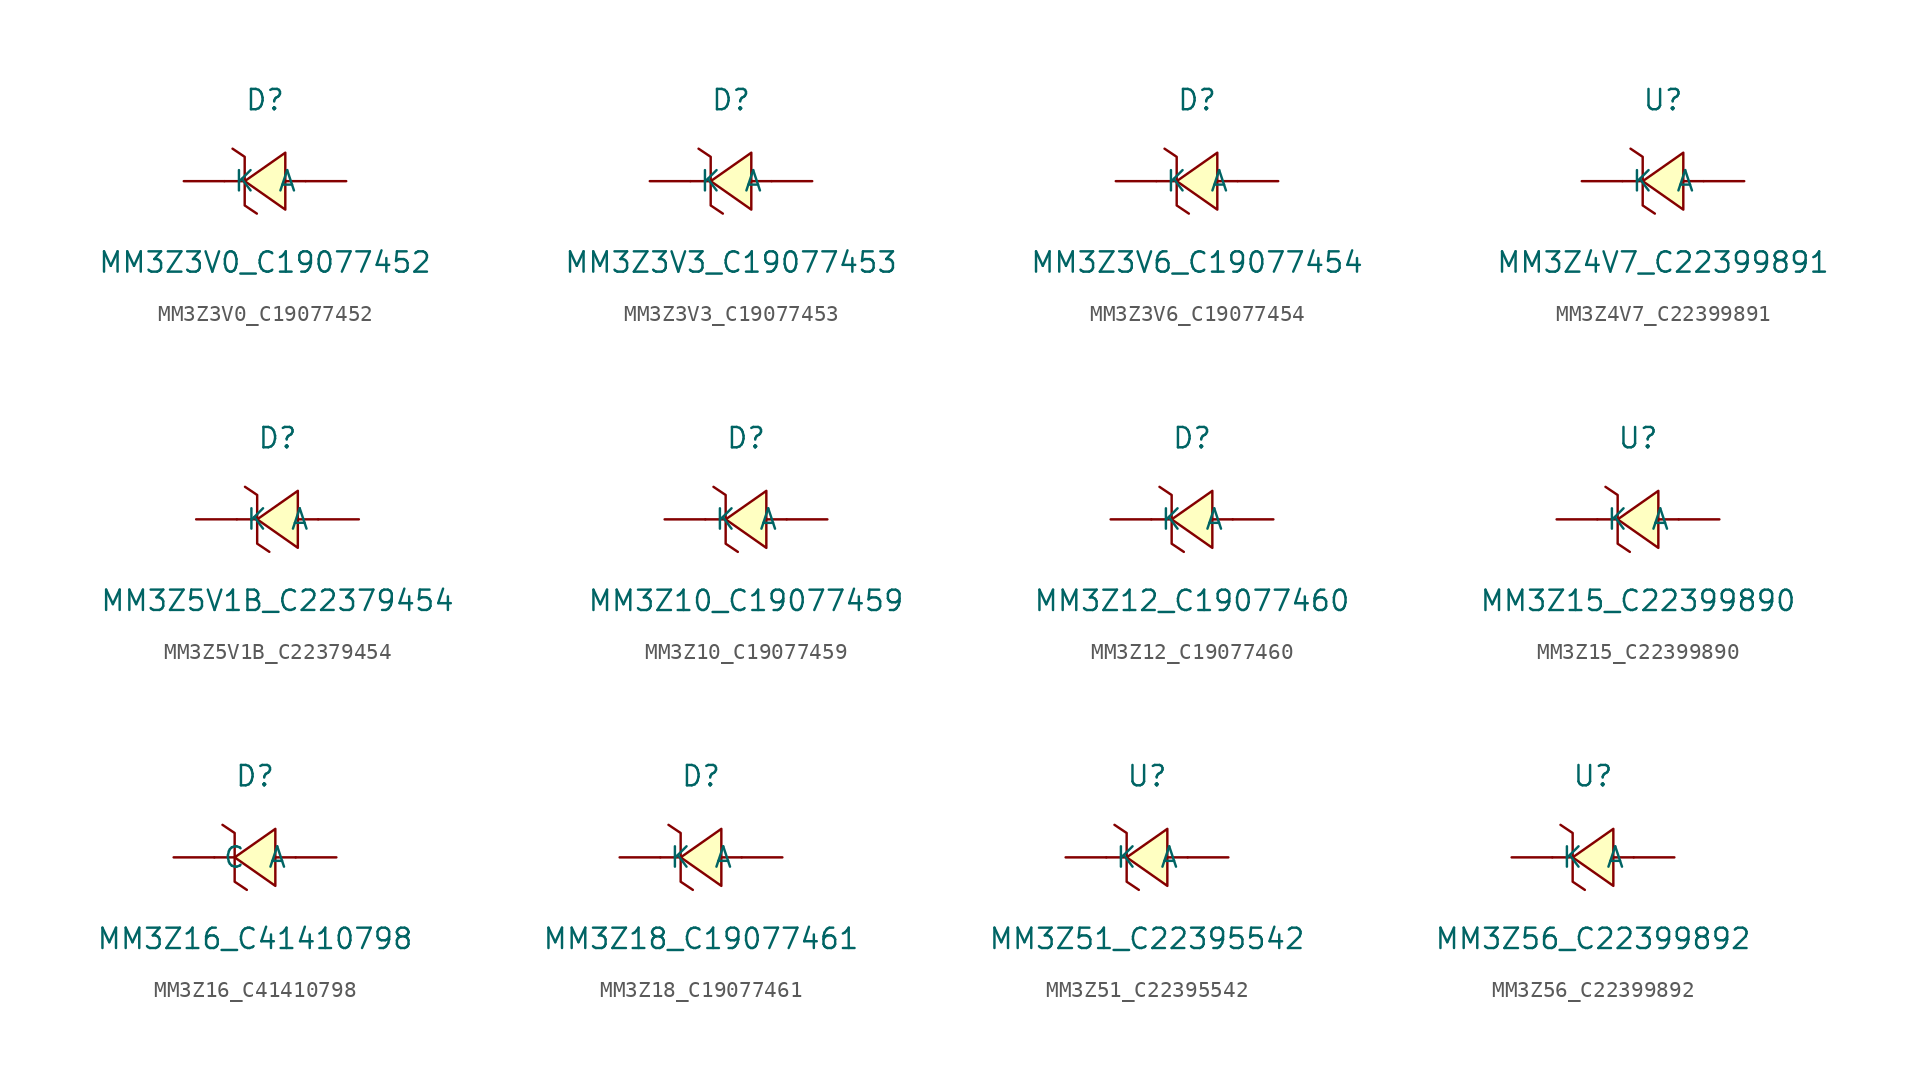
<source format=kicad_sym>
(kicad_symbol_lib
  (version 20241209)
  (generator "kicad_symbol_editor")
  (generator_version "9.0")
  (symbol "MM3Z3V0_C19077452"
    (pin_numbers
      (hide yes))
    (property "Reference" "D"
      (at 0 5.08 0)
      (effects (font (size 1.27 1.27))))
    (property "Value" "MM3Z3V0_C19077452"
      (at 0 -5.08 0)
      (effects (font (size 1.27 1.27))))
    (symbol "MM3Z3V0_C19077452_0_1"
      (polyline (pts (xy -2.03 2.03) (xy -1.27 1.52) (xy -1.27 -1.52) (xy -0.51 -2.03)) (stroke (width 0) (type default)) (fill (type none)))
      (polyline (pts (xy -1.27 0) (xy -2.54 0)) (stroke (width 0) (type default)) (fill (type none)))
      (polyline (pts (xy 1.27 1.78) (xy -1.27 0) (xy 1.27 -1.78) (xy 1.27 1.78)) (stroke (width 0) (type default)) (fill (type background)))
      (polyline (pts (xy 2.54 0) (xy 1.27 0)) (stroke (width 0) (type default)) (fill (type none)))
      (pin unspecified line (at -5.08 0 0) (length 2.54) (name "K" (effects (font (size 1.27 1.27)))) (number "1" (effects (font (size 1.27 1.27)))))
      (pin unspecified line (at 5.08 0 180) (length 2.54) (name "A" (effects (font (size 1.27 1.27)))) (number "2" (effects (font (size 1.27 1.27)))))))
  (symbol "MM3Z3V3_C19077453"
    (pin_numbers
      (hide yes))
    (property "Reference" "D"
      (at 0 5.08 0)
      (effects (font (size 1.27 1.27))))
    (property "Value" "MM3Z3V3_C19077453"
      (at 0 -5.08 0)
      (effects (font (size 1.27 1.27))))
    (symbol "MM3Z3V3_C19077453_0_1"
      (polyline (pts (xy -2.03 2.03) (xy -1.27 1.52) (xy -1.27 -1.52) (xy -0.51 -2.03)) (stroke (width 0) (type default)) (fill (type none)))
      (polyline (pts (xy -1.27 0) (xy -2.54 0)) (stroke (width 0) (type default)) (fill (type none)))
      (polyline (pts (xy 1.27 1.78) (xy -1.27 0) (xy 1.27 -1.78) (xy 1.27 1.78)) (stroke (width 0) (type default)) (fill (type background)))
      (polyline (pts (xy 2.54 0) (xy 1.27 0)) (stroke (width 0) (type default)) (fill (type none)))
      (pin unspecified line (at -5.08 0 0) (length 2.54) (name "K" (effects (font (size 1.27 1.27)))) (number "1" (effects (font (size 1.27 1.27)))))
      (pin unspecified line (at 5.08 0 180) (length 2.54) (name "A" (effects (font (size 1.27 1.27)))) (number "2" (effects (font (size 1.27 1.27)))))))
  (symbol "MM3Z3V6_C19077454"
    (pin_numbers
      (hide yes))
    (property "Reference" "D"
      (at 0 5.08 0)
      (effects (font (size 1.27 1.27))))
    (property "Value" "MM3Z3V6_C19077454"
      (at 0 -5.08 0)
      (effects (font (size 1.27 1.27))))
    (symbol "MM3Z3V6_C19077454_0_1"
      (polyline (pts (xy -2.03 2.03) (xy -1.27 1.52) (xy -1.27 -1.52) (xy -0.51 -2.03)) (stroke (width 0) (type default)) (fill (type none)))
      (polyline (pts (xy -1.27 0) (xy -2.54 0)) (stroke (width 0) (type default)) (fill (type none)))
      (polyline (pts (xy 1.27 1.78) (xy -1.27 0) (xy 1.27 -1.78) (xy 1.27 1.78)) (stroke (width 0) (type default)) (fill (type background)))
      (polyline (pts (xy 2.54 0) (xy 1.27 0)) (stroke (width 0) (type default)) (fill (type none)))
      (pin unspecified line (at -5.08 0 0) (length 2.54) (name "K" (effects (font (size 1.27 1.27)))) (number "1" (effects (font (size 1.27 1.27)))))
      (pin unspecified line (at 5.08 0 180) (length 2.54) (name "A" (effects (font (size 1.27 1.27)))) (number "2" (effects (font (size 1.27 1.27)))))))
  (symbol "MM3Z4V7_C22399891"
    (pin_numbers
      (hide yes))
    (property "Reference" "U"
      (at 0 5.08 0)
      (effects (font (size 1.27 1.27))))
    (property "Value" "MM3Z4V7_C22399891"
      (at 0 -5.08 0)
      (effects (font (size 1.27 1.27))))
    (symbol "MM3Z4V7_C22399891_0_1"
      (polyline (pts (xy -2.03 2.03) (xy -1.27 1.52) (xy -1.27 -1.52) (xy -0.51 -2.03)) (stroke (width 0) (type default)) (fill (type none)))
      (polyline (pts (xy -1.27 0) (xy -2.54 0)) (stroke (width 0) (type default)) (fill (type none)))
      (polyline (pts (xy 1.27 1.78) (xy -1.27 0) (xy 1.27 -1.78) (xy 1.27 1.78)) (stroke (width 0) (type default)) (fill (type background)))
      (polyline (pts (xy 2.54 0) (xy 1.27 0)) (stroke (width 0) (type default)) (fill (type none)))
      (pin unspecified line (at -5.08 0 0) (length 2.54) (name "K" (effects (font (size 1.27 1.27)))) (number "1" (effects (font (size 1.27 1.27)))))
      (pin unspecified line (at 5.08 0 180) (length 2.54) (name "A" (effects (font (size 1.27 1.27)))) (number "2" (effects (font (size 1.27 1.27)))))))
  (symbol "MM3Z5V1B_C22379454"
    (pin_numbers
      (hide yes))
    (property "Reference" "D"
      (at 0 5.08 0)
      (effects (font (size 1.27 1.27))))
    (property "Value" "MM3Z5V1B_C22379454"
      (at 0 -5.08 0)
      (effects (font (size 1.27 1.27))))
    (symbol "MM3Z5V1B_C22379454_0_1"
      (polyline (pts (xy -2.03 2.03) (xy -1.27 1.52) (xy -1.27 -1.52) (xy -0.51 -2.03)) (stroke (width 0) (type default)) (fill (type none)))
      (polyline (pts (xy -1.27 0) (xy -2.54 0)) (stroke (width 0) (type default)) (fill (type none)))
      (polyline (pts (xy 1.27 1.78) (xy -1.27 0) (xy 1.27 -1.78) (xy 1.27 1.78)) (stroke (width 0) (type default)) (fill (type background)))
      (polyline (pts (xy 2.54 0) (xy 1.27 0)) (stroke (width 0) (type default)) (fill (type none)))
      (pin unspecified line (at -5.08 0 0) (length 2.54) (name "K" (effects (font (size 1.27 1.27)))) (number "1" (effects (font (size 1.27 1.27)))))
      (pin unspecified line (at 5.08 0 180) (length 2.54) (name "A" (effects (font (size 1.27 1.27)))) (number "2" (effects (font (size 1.27 1.27)))))))
  (symbol "MM3Z10_C19077459"
    (pin_numbers
      (hide yes))
    (property "Reference" "D"
      (at 0 5.08 0)
      (effects (font (size 1.27 1.27))))
    (property "Value" "MM3Z10_C19077459"
      (at 0 -5.08 0)
      (effects (font (size 1.27 1.27))))
    (symbol "MM3Z10_C19077459_0_1"
      (polyline (pts (xy -2.03 2.03) (xy -1.27 1.52) (xy -1.27 -1.52) (xy -0.51 -2.03)) (stroke (width 0) (type default)) (fill (type none)))
      (polyline (pts (xy -1.27 0) (xy -2.54 0)) (stroke (width 0) (type default)) (fill (type none)))
      (polyline (pts (xy 1.27 1.78) (xy -1.27 0) (xy 1.27 -1.78) (xy 1.27 1.78)) (stroke (width 0) (type default)) (fill (type background)))
      (polyline (pts (xy 2.54 0) (xy 1.27 0)) (stroke (width 0) (type default)) (fill (type none)))
      (pin unspecified line (at -5.08 0 0) (length 2.54) (name "K" (effects (font (size 1.27 1.27)))) (number "1" (effects (font (size 1.27 1.27)))))
      (pin unspecified line (at 5.08 0 180) (length 2.54) (name "A" (effects (font (size 1.27 1.27)))) (number "2" (effects (font (size 1.27 1.27)))))))
  (symbol "MM3Z12_C19077460"
    (pin_numbers
      (hide yes))
    (property "Reference" "D"
      (at 0 5.08 0)
      (effects (font (size 1.27 1.27))))
    (property "Value" "MM3Z12_C19077460"
      (at 0 -5.08 0)
      (effects (font (size 1.27 1.27))))
    (symbol "MM3Z12_C19077460_0_1"
      (polyline (pts (xy -2.03 2.03) (xy -1.27 1.52) (xy -1.27 -1.52) (xy -0.51 -2.03)) (stroke (width 0) (type default)) (fill (type none)))
      (polyline (pts (xy -1.27 0) (xy -2.54 0)) (stroke (width 0) (type default)) (fill (type none)))
      (polyline (pts (xy 1.27 1.78) (xy -1.27 0) (xy 1.27 -1.78) (xy 1.27 1.78)) (stroke (width 0) (type default)) (fill (type background)))
      (polyline (pts (xy 2.54 0) (xy 1.27 0)) (stroke (width 0) (type default)) (fill (type none)))
      (pin unspecified line (at -5.08 0 0) (length 2.54) (name "K" (effects (font (size 1.27 1.27)))) (number "1" (effects (font (size 1.27 1.27)))))
      (pin unspecified line (at 5.08 0 180) (length 2.54) (name "A" (effects (font (size 1.27 1.27)))) (number "2" (effects (font (size 1.27 1.27)))))))
  (symbol "MM3Z15_C22399890"
    (pin_numbers
      (hide yes))
    (property "Reference" "U"
      (at 0 5.08 0)
      (effects (font (size 1.27 1.27))))
    (property "Value" "MM3Z15_C22399890"
      (at 0 -5.08 0)
      (effects (font (size 1.27 1.27))))
    (symbol "MM3Z15_C22399890_0_1"
      (polyline (pts (xy -2.03 2.03) (xy -1.27 1.52) (xy -1.27 -1.52) (xy -0.51 -2.03)) (stroke (width 0) (type default)) (fill (type none)))
      (polyline (pts (xy -1.27 0) (xy -2.54 0)) (stroke (width 0) (type default)) (fill (type none)))
      (polyline (pts (xy 1.27 1.78) (xy -1.27 0) (xy 1.27 -1.78) (xy 1.27 1.78)) (stroke (width 0) (type default)) (fill (type background)))
      (polyline (pts (xy 2.54 0) (xy 1.27 0)) (stroke (width 0) (type default)) (fill (type none)))
      (pin unspecified line (at -5.08 0 0) (length 2.54) (name "K" (effects (font (size 1.27 1.27)))) (number "1" (effects (font (size 1.27 1.27)))))
      (pin unspecified line (at 5.08 0 180) (length 2.54) (name "A" (effects (font (size 1.27 1.27)))) (number "2" (effects (font (size 1.27 1.27)))))))
  (symbol "MM3Z16_C41410798"
    (pin_numbers
      (hide yes))
    (property "Reference" "D"
      (at 0 5.08 0)
      (effects (font (size 1.27 1.27))))
    (property "Value" "MM3Z16_C41410798"
      (at 0 -5.08 0)
      (effects (font (size 1.27 1.27))))
    (symbol "MM3Z16_C41410798_0_1"
      (polyline (pts (xy -2.03 2.03) (xy -1.27 1.52) (xy -1.27 -1.52) (xy -0.51 -2.03)) (stroke (width 0) (type default)) (fill (type none)))
      (polyline (pts (xy -1.27 0) (xy -2.54 0)) (stroke (width 0) (type default)) (fill (type none)))
      (polyline (pts (xy 1.27 1.78) (xy -1.27 0) (xy 1.27 -1.78) (xy 1.27 1.78)) (stroke (width 0) (type default)) (fill (type background)))
      (polyline (pts (xy 2.54 0) (xy 1.27 0)) (stroke (width 0) (type default)) (fill (type none)))
      (pin unspecified line (at -5.08 0 0) (length 2.54) (name "C" (effects (font (size 1.27 1.27)))) (number "1" (effects (font (size 1.27 1.27)))))
      (pin unspecified line (at 5.08 0 180) (length 2.54) (name "A" (effects (font (size 1.27 1.27)))) (number "2" (effects (font (size 1.27 1.27)))))))
  (symbol "MM3Z18_C19077461"
    (pin_numbers
      (hide yes))
    (property "Reference" "D"
      (at 0 5.08 0)
      (effects (font (size 1.27 1.27))))
    (property "Value" "MM3Z18_C19077461"
      (at 0 -5.08 0)
      (effects (font (size 1.27 1.27))))
    (symbol "MM3Z18_C19077461_0_1"
      (polyline (pts (xy -2.03 2.03) (xy -1.27 1.52) (xy -1.27 -1.52) (xy -0.51 -2.03)) (stroke (width 0) (type default)) (fill (type none)))
      (polyline (pts (xy -1.27 0) (xy -2.54 0)) (stroke (width 0) (type default)) (fill (type none)))
      (polyline (pts (xy 1.27 1.78) (xy -1.27 0) (xy 1.27 -1.78) (xy 1.27 1.78)) (stroke (width 0) (type default)) (fill (type background)))
      (polyline (pts (xy 2.54 0) (xy 1.27 0)) (stroke (width 0) (type default)) (fill (type none)))
      (pin unspecified line (at -5.08 0 0) (length 2.54) (name "K" (effects (font (size 1.27 1.27)))) (number "1" (effects (font (size 1.27 1.27)))))
      (pin unspecified line (at 5.08 0 180) (length 2.54) (name "A" (effects (font (size 1.27 1.27)))) (number "2" (effects (font (size 1.27 1.27)))))))
  (symbol "MM3Z51_C22395542"
    (pin_numbers
      (hide yes))
    (property "Reference" "U"
      (at 0 5.08 0)
      (effects (font (size 1.27 1.27))))
    (property "Value" "MM3Z51_C22395542"
      (at 0 -5.08 0)
      (effects (font (size 1.27 1.27))))
    (symbol "MM3Z51_C22395542_0_1"
      (polyline (pts (xy -2.03 2.03) (xy -1.27 1.52) (xy -1.27 -1.52) (xy -0.51 -2.03)) (stroke (width 0) (type default)) (fill (type none)))
      (polyline (pts (xy -1.27 0) (xy -2.54 0)) (stroke (width 0) (type default)) (fill (type none)))
      (polyline (pts (xy 1.27 1.78) (xy -1.27 0) (xy 1.27 -1.78) (xy 1.27 1.78)) (stroke (width 0) (type default)) (fill (type background)))
      (polyline (pts (xy 2.54 0) (xy 1.27 0)) (stroke (width 0) (type default)) (fill (type none)))
      (pin unspecified line (at -5.08 0 0) (length 2.54) (name "K" (effects (font (size 1.27 1.27)))) (number "1" (effects (font (size 1.27 1.27)))))
      (pin unspecified line (at 5.08 0 180) (length 2.54) (name "A" (effects (font (size 1.27 1.27)))) (number "2" (effects (font (size 1.27 1.27)))))))
  (symbol "MM3Z56_C22399892"
    (pin_numbers
      (hide yes))
    (property "Reference" "U"
      (at 0 5.08 0)
      (effects (font (size 1.27 1.27))))
    (property "Value" "MM3Z56_C22399892"
      (at 0 -5.08 0)
      (effects (font (size 1.27 1.27))))
    (symbol "MM3Z56_C22399892_0_1"
      (polyline (pts (xy -2.03 2.03) (xy -1.27 1.52) (xy -1.27 -1.52) (xy -0.51 -2.03)) (stroke (width 0) (type default)) (fill (type none)))
      (polyline (pts (xy -1.27 0) (xy -2.54 0)) (stroke (width 0) (type default)) (fill (type none)))
      (polyline (pts (xy 1.27 1.78) (xy -1.27 0) (xy 1.27 -1.78) (xy 1.27 1.78)) (stroke (width 0) (type default)) (fill (type background)))
      (polyline (pts (xy 2.54 0) (xy 1.27 0)) (stroke (width 0) (type default)) (fill (type none)))
      (pin unspecified line (at -5.08 0 0) (length 2.54) (name "K" (effects (font (size 1.27 1.27)))) (number "1" (effects (font (size 1.27 1.27)))))
      (pin unspecified line (at 5.08 0 180) (length 2.54) (name "A" (effects (font (size 1.27 1.27)))) (number "2" (effects (font (size 1.27 1.27))))))))
</source>
